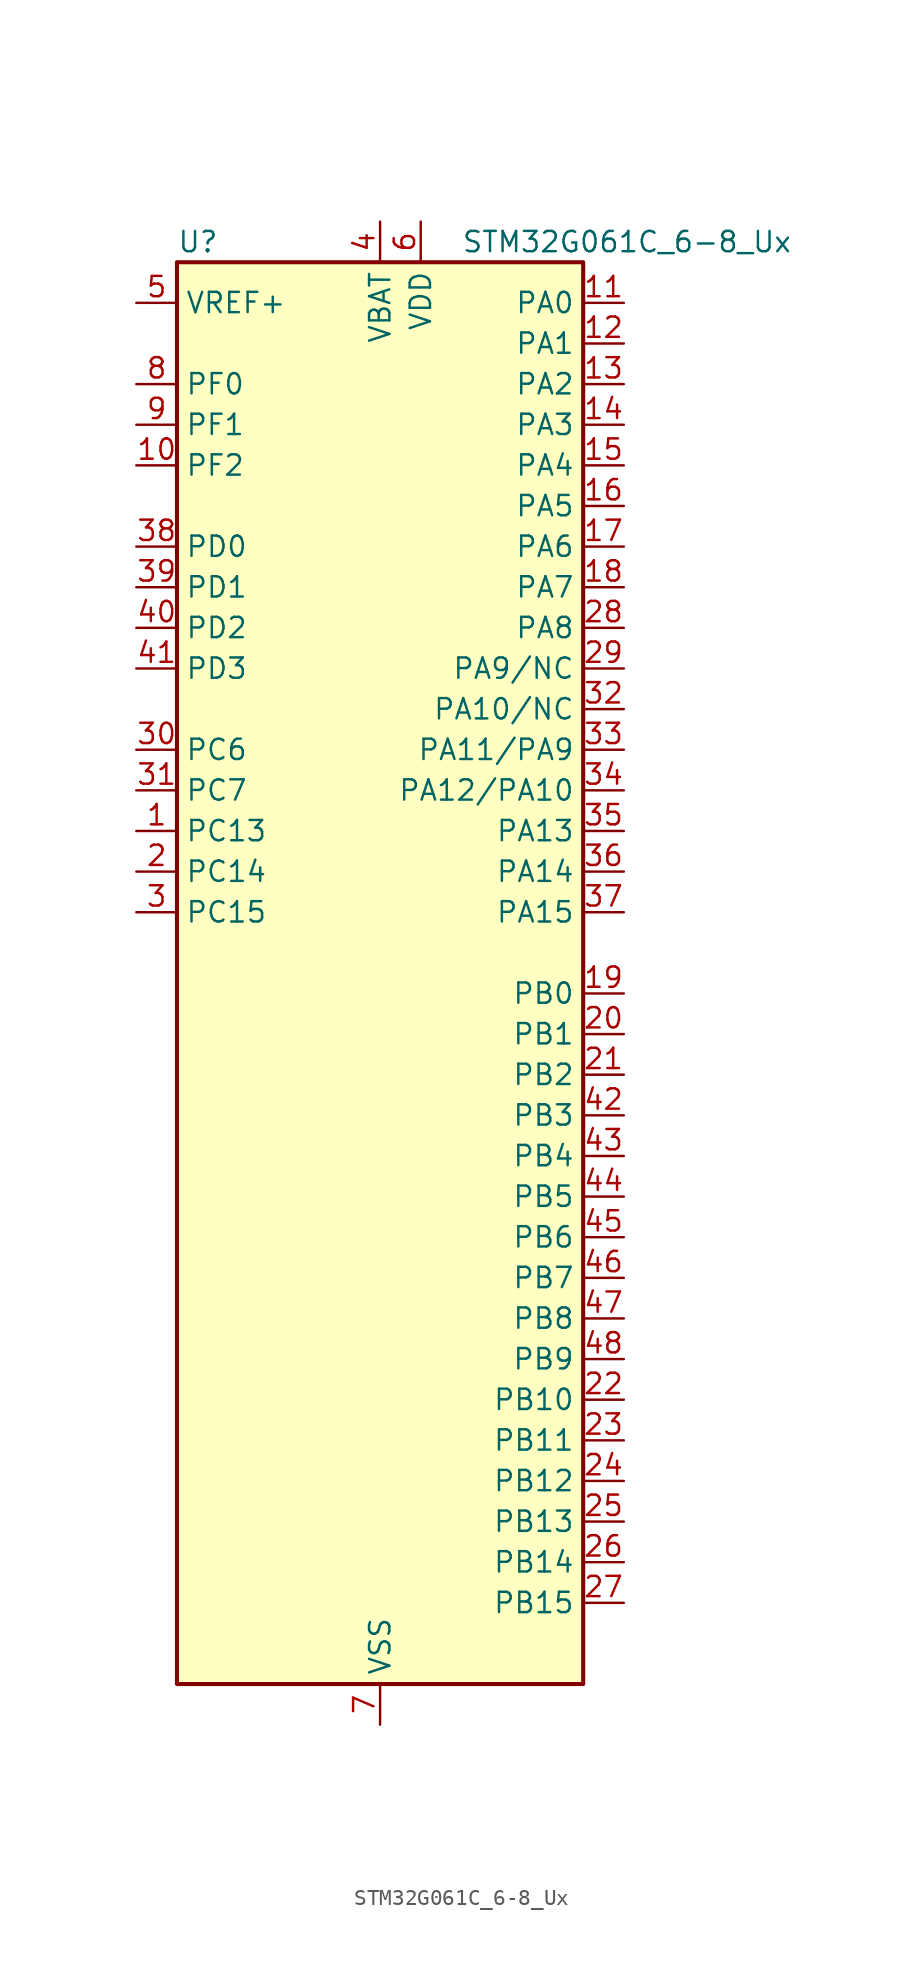
<source format=kicad_sym>
(kicad_symbol_lib
  (version 20220914)
  (generator kicad_symbol_editor)
  (symbol "STM32G061C_6-8_Ux"
    (property "Reference" "U"
      (at -12.7 46.99 0)
      (effects (font (size 1.27 1.27)) (justify left)))
    (property "Value" "STM32G061C_6-8_Ux"
      (at 5.08 46.99 0)
      (effects (font (size 1.27 1.27)) (justify left)))
    (property "ki_locked" ""
      (at 0 0 0)
      (effects (font (size 1.27 1.27))))
    (symbol "STM32G061C_6-8_Ux_0_1"
      (rectangle (start -12.7 -43.18) (end 12.7 45.72) (stroke (width 0.254) (type default)) (fill (type background))))
    (symbol "STM32G061C_6-8_Ux_1_1"
      (pin bidirectional line (at -15.24 10.16 0) (length 2.54) (name "PC13" (effects (font (size 1.27 1.27)))) (number "1" (effects (font (size 1.27 1.27)))) (alternate "RTC_OUT1" bidirectional line) (alternate "RTC_TAMP_IN1" bidirectional line) (alternate "RTC_TS" bidirectional line) (alternate "SYS_WKUP2" bidirectional line) (alternate "TIM1_BK" bidirectional line))
      (pin bidirectional line (at -15.24 33.02 0) (length 2.54) (name "PF2" (effects (font (size 1.27 1.27)))) (number "10" (effects (font (size 1.27 1.27)))) (alternate "RCC_MCO" bidirectional line))
      (pin bidirectional line (at 15.24 43.18 180) (length 2.54) (name "PA0" (effects (font (size 1.27 1.27)))) (number "11" (effects (font (size 1.27 1.27)))) (alternate "ADC1_IN0" bidirectional line) (alternate "COMP1_INM" bidirectional line) (alternate "COMP1_OUT" bidirectional line) (alternate "LPTIM1_OUT" bidirectional line) (alternate "RTC_TAMP_IN2" bidirectional line) (alternate "SPI2_SCK" bidirectional line) (alternate "SYS_WKUP1" bidirectional line) (alternate "TIM2_CH1" bidirectional line) (alternate "TIM2_ETR" bidirectional line) (alternate "USART2_CTS" bidirectional line) (alternate "USART2_NSS" bidirectional line))
      (pin bidirectional line (at 15.24 40.64 180) (length 2.54) (name "PA1" (effects (font (size 1.27 1.27)))) (number "12" (effects (font (size 1.27 1.27)))) (alternate "ADC1_IN1" bidirectional line) (alternate "COMP1_INP" bidirectional line) (alternate "I2C1_SMBA" bidirectional line) (alternate "I2S1_CK" bidirectional line) (alternate "SPI1_SCK" bidirectional line) (alternate "TIM15_CH1N" bidirectional line) (alternate "TIM2_CH2" bidirectional line) (alternate "USART2_CK" bidirectional line) (alternate "USART2_DE" bidirectional line) (alternate "USART2_RTS" bidirectional line))
      (pin bidirectional line (at 15.24 38.1 180) (length 2.54) (name "PA2" (effects (font (size 1.27 1.27)))) (number "13" (effects (font (size 1.27 1.27)))) (alternate "ADC1_IN2" bidirectional line) (alternate "COMP2_INM" bidirectional line) (alternate "COMP2_OUT" bidirectional line) (alternate "I2S1_SD" bidirectional line) (alternate "LPUART1_TX" bidirectional line) (alternate "RCC_LSCO" bidirectional line) (alternate "SPI1_MOSI" bidirectional line) (alternate "SYS_WKUP4" bidirectional line) (alternate "TIM15_CH1" bidirectional line) (alternate "TIM2_CH3" bidirectional line) (alternate "USART2_TX" bidirectional line))
      (pin bidirectional line (at 15.24 35.56 180) (length 2.54) (name "PA3" (effects (font (size 1.27 1.27)))) (number "14" (effects (font (size 1.27 1.27)))) (alternate "ADC1_IN3" bidirectional line) (alternate "COMP2_INP" bidirectional line) (alternate "LPUART1_RX" bidirectional line) (alternate "SPI2_MISO" bidirectional line) (alternate "TIM15_CH2" bidirectional line) (alternate "TIM2_CH4" bidirectional line) (alternate "USART2_RX" bidirectional line))
      (pin bidirectional line (at 15.24 33.02 180) (length 2.54) (name "PA4" (effects (font (size 1.27 1.27)))) (number "15" (effects (font (size 1.27 1.27)))) (alternate "ADC1_IN4" bidirectional line) (alternate "DAC1_OUT1" bidirectional line) (alternate "I2S1_WS" bidirectional line) (alternate "LPTIM2_OUT" bidirectional line) (alternate "RTC_OUT2" bidirectional line) (alternate "SPI1_NSS" bidirectional line) (alternate "SPI2_MOSI" bidirectional line) (alternate "TIM14_CH1" bidirectional line))
      (pin bidirectional line (at 15.24 30.48 180) (length 2.54) (name "PA5" (effects (font (size 1.27 1.27)))) (number "16" (effects (font (size 1.27 1.27)))) (alternate "ADC1_IN5" bidirectional line) (alternate "DAC1_OUT2" bidirectional line) (alternate "I2S1_CK" bidirectional line) (alternate "LPTIM2_ETR" bidirectional line) (alternate "SPI1_SCK" bidirectional line) (alternate "TIM2_CH1" bidirectional line) (alternate "TIM2_ETR" bidirectional line))
      (pin bidirectional line (at 15.24 27.94 180) (length 2.54) (name "PA6" (effects (font (size 1.27 1.27)))) (number "17" (effects (font (size 1.27 1.27)))) (alternate "ADC1_IN6" bidirectional line) (alternate "COMP1_OUT" bidirectional line) (alternate "I2S1_MCK" bidirectional line) (alternate "LPUART1_CTS" bidirectional line) (alternate "SPI1_MISO" bidirectional line) (alternate "TIM16_CH1" bidirectional line) (alternate "TIM1_BK" bidirectional line) (alternate "TIM3_CH1" bidirectional line))
      (pin bidirectional line (at 15.24 25.4 180) (length 2.54) (name "PA7" (effects (font (size 1.27 1.27)))) (number "18" (effects (font (size 1.27 1.27)))) (alternate "ADC1_IN7" bidirectional line) (alternate "COMP2_OUT" bidirectional line) (alternate "I2S1_SD" bidirectional line) (alternate "SPI1_MOSI" bidirectional line) (alternate "TIM14_CH1" bidirectional line) (alternate "TIM17_CH1" bidirectional line) (alternate "TIM1_CH1N" bidirectional line) (alternate "TIM3_CH2" bidirectional line))
      (pin bidirectional line (at 15.24 0 180) (length 2.54) (name "PB0" (effects (font (size 1.27 1.27)))) (number "19" (effects (font (size 1.27 1.27)))) (alternate "ADC1_IN8" bidirectional line) (alternate "COMP1_OUT" bidirectional line) (alternate "I2S1_WS" bidirectional line) (alternate "LPTIM1_OUT" bidirectional line) (alternate "SPI1_NSS" bidirectional line) (alternate "TIM1_CH2N" bidirectional line) (alternate "TIM3_CH3" bidirectional line))
      (pin bidirectional line (at -15.24 7.62 0) (length 2.54) (name "PC14" (effects (font (size 1.27 1.27)))) (number "2" (effects (font (size 1.27 1.27)))) (alternate "RCC_OSC32_IN" bidirectional line) (alternate "TIM1_BK2" bidirectional line))
      (pin bidirectional line (at 15.24 -2.54 180) (length 2.54) (name "PB1" (effects (font (size 1.27 1.27)))) (number "20" (effects (font (size 1.27 1.27)))) (alternate "ADC1_IN9" bidirectional line) (alternate "COMP1_INM" bidirectional line) (alternate "LPTIM2_IN1" bidirectional line) (alternate "LPUART1_DE" bidirectional line) (alternate "LPUART1_RTS" bidirectional line) (alternate "TIM14_CH1" bidirectional line) (alternate "TIM1_CH3N" bidirectional line) (alternate "TIM3_CH4" bidirectional line))
      (pin bidirectional line (at 15.24 -5.08 180) (length 2.54) (name "PB2" (effects (font (size 1.27 1.27)))) (number "21" (effects (font (size 1.27 1.27)))) (alternate "ADC1_IN10" bidirectional line) (alternate "COMP1_INP" bidirectional line) (alternate "LPTIM1_OUT" bidirectional line) (alternate "SPI2_MISO" bidirectional line))
      (pin bidirectional line (at 15.24 -25.4 180) (length 2.54) (name "PB10" (effects (font (size 1.27 1.27)))) (number "22" (effects (font (size 1.27 1.27)))) (alternate "ADC1_IN11" bidirectional line) (alternate "COMP1_OUT" bidirectional line) (alternate "I2C2_SCL" bidirectional line) (alternate "LPUART1_RX" bidirectional line) (alternate "SPI2_SCK" bidirectional line) (alternate "TIM2_CH3" bidirectional line))
      (pin bidirectional line (at 15.24 -27.94 180) (length 2.54) (name "PB11" (effects (font (size 1.27 1.27)))) (number "23" (effects (font (size 1.27 1.27)))) (alternate "ADC1_EXTI11" bidirectional line) (alternate "ADC1_IN15" bidirectional line) (alternate "COMP2_OUT" bidirectional line) (alternate "I2C2_SDA" bidirectional line) (alternate "LPUART1_TX" bidirectional line) (alternate "SPI2_MOSI" bidirectional line) (alternate "TIM2_CH4" bidirectional line))
      (pin bidirectional line (at 15.24 -30.48 180) (length 2.54) (name "PB12" (effects (font (size 1.27 1.27)))) (number "24" (effects (font (size 1.27 1.27)))) (alternate "ADC1_IN16" bidirectional line) (alternate "LPUART1_DE" bidirectional line) (alternate "LPUART1_RTS" bidirectional line) (alternate "SPI2_NSS" bidirectional line) (alternate "TIM15_BK" bidirectional line) (alternate "TIM1_BK" bidirectional line))
      (pin bidirectional line (at 15.24 -33.02 180) (length 2.54) (name "PB13" (effects (font (size 1.27 1.27)))) (number "25" (effects (font (size 1.27 1.27)))) (alternate "I2C2_SCL" bidirectional line) (alternate "LPUART1_CTS" bidirectional line) (alternate "SPI2_SCK" bidirectional line) (alternate "TIM15_CH1N" bidirectional line) (alternate "TIM1_CH1N" bidirectional line))
      (pin bidirectional line (at 15.24 -35.56 180) (length 2.54) (name "PB14" (effects (font (size 1.27 1.27)))) (number "26" (effects (font (size 1.27 1.27)))) (alternate "I2C2_SDA" bidirectional line) (alternate "SPI2_MISO" bidirectional line) (alternate "TIM15_CH1" bidirectional line) (alternate "TIM1_CH2N" bidirectional line))
      (pin bidirectional line (at 15.24 -38.1 180) (length 2.54) (name "PB15" (effects (font (size 1.27 1.27)))) (number "27" (effects (font (size 1.27 1.27)))) (alternate "RTC_REFIN" bidirectional line) (alternate "SPI2_MOSI" bidirectional line) (alternate "TIM15_CH1N" bidirectional line) (alternate "TIM15_CH2" bidirectional line) (alternate "TIM1_CH3N" bidirectional line))
      (pin bidirectional line (at 15.24 22.86 180) (length 2.54) (name "PA8" (effects (font (size 1.27 1.27)))) (number "28" (effects (font (size 1.27 1.27)))) (alternate "LPTIM2_OUT" bidirectional line) (alternate "RCC_MCO" bidirectional line) (alternate "SPI2_NSS" bidirectional line) (alternate "TIM1_CH1" bidirectional line))
      (pin bidirectional line (at 15.24 20.32 180) (length 2.54) (name "PA9/NC" (effects (font (size 1.27 1.27)))) (number "29" (effects (font (size 1.27 1.27)))) (alternate "DAC1_EXTI9" bidirectional line) (alternate "I2C1_SCL" bidirectional line) (alternate "RCC_MCO" bidirectional line) (alternate "SPI2_MISO" bidirectional line) (alternate "TIM15_BK" bidirectional line) (alternate "TIM1_CH2" bidirectional line) (alternate "USART1_TX" bidirectional line))
      (pin bidirectional line (at -15.24 5.08 0) (length 2.54) (name "PC15" (effects (font (size 1.27 1.27)))) (number "3" (effects (font (size 1.27 1.27)))) (alternate "RCC_OSC32_EN" bidirectional line) (alternate "RCC_OSC32_OUT" bidirectional line) (alternate "RCC_OSC_EN" bidirectional line) (alternate "TIM15_BK" bidirectional line))
      (pin bidirectional line (at -15.24 15.24 0) (length 2.54) (name "PC6" (effects (font (size 1.27 1.27)))) (number "30" (effects (font (size 1.27 1.27)))) (alternate "TIM2_CH3" bidirectional line) (alternate "TIM3_CH1" bidirectional line))
      (pin bidirectional line (at -15.24 12.7 0) (length 2.54) (name "PC7" (effects (font (size 1.27 1.27)))) (number "31" (effects (font (size 1.27 1.27)))) (alternate "TIM2_CH4" bidirectional line) (alternate "TIM3_CH2" bidirectional line))
      (pin bidirectional line (at 15.24 17.78 180) (length 2.54) (name "PA10/NC" (effects (font (size 1.27 1.27)))) (number "32" (effects (font (size 1.27 1.27)))) (alternate "I2C1_SDA" bidirectional line) (alternate "SPI2_MOSI" bidirectional line) (alternate "TIM17_BK" bidirectional line) (alternate "TIM1_CH3" bidirectional line) (alternate "USART1_RX" bidirectional line))
      (pin bidirectional line (at 15.24 15.24 180) (length 2.54) (name "PA11/PA9" (effects (font (size 1.27 1.27)))) (number "33" (effects (font (size 1.27 1.27)))) (alternate "ADC1_EXTI11" bidirectional line) (alternate "COMP1_OUT" bidirectional line) (alternate "I2C2_SCL" bidirectional line) (alternate "I2S1_MCK" bidirectional line) (alternate "SPI1_MISO" bidirectional line) (alternate "TIM1_BK2" bidirectional line) (alternate "TIM1_CH4" bidirectional line) (alternate "USART1_CTS" bidirectional line) (alternate "USART1_NSS" bidirectional line))
      (pin bidirectional line (at 15.24 12.7 180) (length 2.54) (name "PA12/PA10" (effects (font (size 1.27 1.27)))) (number "34" (effects (font (size 1.27 1.27)))) (alternate "COMP2_OUT" bidirectional line) (alternate "I2C2_SDA" bidirectional line) (alternate "I2S1_SD" bidirectional line) (alternate "I2S_CKIN" bidirectional line) (alternate "SPI1_MOSI" bidirectional line) (alternate "TIM1_ETR" bidirectional line) (alternate "USART1_CK" bidirectional line) (alternate "USART1_DE" bidirectional line) (alternate "USART1_RTS" bidirectional line))
      (pin bidirectional line (at 15.24 10.16 180) (length 2.54) (name "PA13" (effects (font (size 1.27 1.27)))) (number "35" (effects (font (size 1.27 1.27)))) (alternate "ADC1_IN17" bidirectional line) (alternate "IR_OUT" bidirectional line) (alternate "SYS_SWDIO" bidirectional line))
      (pin bidirectional line (at 15.24 7.62 180) (length 2.54) (name "PA14" (effects (font (size 1.27 1.27)))) (number "36" (effects (font (size 1.27 1.27)))) (alternate "ADC1_IN18" bidirectional line) (alternate "SYS_SWCLK" bidirectional line) (alternate "USART2_TX" bidirectional line))
      (pin bidirectional line (at 15.24 5.08 180) (length 2.54) (name "PA15" (effects (font (size 1.27 1.27)))) (number "37" (effects (font (size 1.27 1.27)))) (alternate "I2S1_WS" bidirectional line) (alternate "SPI1_NSS" bidirectional line) (alternate "TIM2_CH1" bidirectional line) (alternate "TIM2_ETR" bidirectional line) (alternate "USART2_RX" bidirectional line))
      (pin bidirectional line (at -15.24 27.94 0) (length 2.54) (name "PD0" (effects (font (size 1.27 1.27)))) (number "38" (effects (font (size 1.27 1.27)))) (alternate "SPI2_NSS" bidirectional line) (alternate "TIM16_CH1" bidirectional line))
      (pin bidirectional line (at -15.24 25.4 0) (length 2.54) (name "PD1" (effects (font (size 1.27 1.27)))) (number "39" (effects (font (size 1.27 1.27)))) (alternate "SPI2_SCK" bidirectional line) (alternate "TIM17_CH1" bidirectional line))
      (pin power_in line (at 0 48.26 270) (length 2.54) (name "VBAT" (effects (font (size 1.27 1.27)))) (number "4" (effects (font (size 1.27 1.27)))))
      (pin bidirectional line (at -15.24 22.86 0) (length 2.54) (name "PD2" (effects (font (size 1.27 1.27)))) (number "40" (effects (font (size 1.27 1.27)))) (alternate "TIM1_CH1N" bidirectional line) (alternate "TIM3_ETR" bidirectional line))
      (pin bidirectional line (at -15.24 20.32 0) (length 2.54) (name "PD3" (effects (font (size 1.27 1.27)))) (number "41" (effects (font (size 1.27 1.27)))) (alternate "SPI2_MISO" bidirectional line) (alternate "TIM1_CH2N" bidirectional line) (alternate "USART2_CTS" bidirectional line) (alternate "USART2_NSS" bidirectional line))
      (pin bidirectional line (at 15.24 -7.62 180) (length 2.54) (name "PB3" (effects (font (size 1.27 1.27)))) (number "42" (effects (font (size 1.27 1.27)))) (alternate "COMP2_INM" bidirectional line) (alternate "I2S1_CK" bidirectional line) (alternate "SPI1_SCK" bidirectional line) (alternate "TIM1_CH2" bidirectional line) (alternate "TIM2_CH2" bidirectional line) (alternate "USART1_CK" bidirectional line) (alternate "USART1_DE" bidirectional line) (alternate "USART1_RTS" bidirectional line))
      (pin bidirectional line (at 15.24 -10.16 180) (length 2.54) (name "PB4" (effects (font (size 1.27 1.27)))) (number "43" (effects (font (size 1.27 1.27)))) (alternate "COMP2_INP" bidirectional line) (alternate "I2S1_MCK" bidirectional line) (alternate "SPI1_MISO" bidirectional line) (alternate "TIM17_BK" bidirectional line) (alternate "TIM3_CH1" bidirectional line) (alternate "USART1_CTS" bidirectional line) (alternate "USART1_NSS" bidirectional line))
      (pin bidirectional line (at 15.24 -12.7 180) (length 2.54) (name "PB5" (effects (font (size 1.27 1.27)))) (number "44" (effects (font (size 1.27 1.27)))) (alternate "COMP2_OUT" bidirectional line) (alternate "I2C1_SMBA" bidirectional line) (alternate "I2S1_SD" bidirectional line) (alternate "LPTIM1_IN1" bidirectional line) (alternate "SPI1_MOSI" bidirectional line) (alternate "SYS_WKUP6" bidirectional line) (alternate "TIM16_BK" bidirectional line) (alternate "TIM3_CH2" bidirectional line))
      (pin bidirectional line (at 15.24 -15.24 180) (length 2.54) (name "PB6" (effects (font (size 1.27 1.27)))) (number "45" (effects (font (size 1.27 1.27)))) (alternate "COMP2_INP" bidirectional line) (alternate "I2C1_SCL" bidirectional line) (alternate "LPTIM1_ETR" bidirectional line) (alternate "SPI2_MISO" bidirectional line) (alternate "TIM16_CH1N" bidirectional line) (alternate "TIM1_CH3" bidirectional line) (alternate "USART1_TX" bidirectional line))
      (pin bidirectional line (at 15.24 -17.78 180) (length 2.54) (name "PB7" (effects (font (size 1.27 1.27)))) (number "46" (effects (font (size 1.27 1.27)))) (alternate "COMP2_INM" bidirectional line) (alternate "I2C1_SDA" bidirectional line) (alternate "LPTIM1_IN2" bidirectional line) (alternate "SPI2_MOSI" bidirectional line) (alternate "SYS_PVD_IN" bidirectional line) (alternate "TIM17_CH1N" bidirectional line) (alternate "USART1_RX" bidirectional line))
      (pin bidirectional line (at 15.24 -20.32 180) (length 2.54) (name "PB8" (effects (font (size 1.27 1.27)))) (number "47" (effects (font (size 1.27 1.27)))) (alternate "I2C1_SCL" bidirectional line) (alternate "SPI2_SCK" bidirectional line) (alternate "TIM15_BK" bidirectional line) (alternate "TIM16_CH1" bidirectional line))
      (pin bidirectional line (at 15.24 -22.86 180) (length 2.54) (name "PB9" (effects (font (size 1.27 1.27)))) (number "48" (effects (font (size 1.27 1.27)))) (alternate "DAC1_EXTI9" bidirectional line) (alternate "I2C1_SDA" bidirectional line) (alternate "IR_OUT" bidirectional line) (alternate "SPI2_NSS" bidirectional line) (alternate "TIM17_CH1" bidirectional line))
      (pin passive line (at 0 -45.72 90) (length 2.54) hide (name "VSS" (effects (font (size 1.27 1.27)))) (number "49" (effects (font (size 1.27 1.27)))))
      (pin input line (at -15.24 43.18 0) (length 2.54) (name "VREF+" (effects (font (size 1.27 1.27)))) (number "5" (effects (font (size 1.27 1.27)))) (alternate "VREFBUF_OUT" bidirectional line))
      (pin power_in line (at 2.54 48.26 270) (length 2.54) (name "VDD" (effects (font (size 1.27 1.27)))) (number "6" (effects (font (size 1.27 1.27)))))
      (pin power_in line (at 0 -45.72 90) (length 2.54) (name "VSS" (effects (font (size 1.27 1.27)))) (number "7" (effects (font (size 1.27 1.27)))))
      (pin bidirectional line (at -15.24 38.1 0) (length 2.54) (name "PF0" (effects (font (size 1.27 1.27)))) (number "8" (effects (font (size 1.27 1.27)))) (alternate "RCC_OSC_IN" bidirectional line) (alternate "TIM14_CH1" bidirectional line))
      (pin bidirectional line (at -15.24 35.56 0) (length 2.54) (name "PF1" (effects (font (size 1.27 1.27)))) (number "9" (effects (font (size 1.27 1.27)))) (alternate "RCC_OSC_EN" bidirectional line) (alternate "RCC_OSC_OUT" bidirectional line) (alternate "TIM15_CH1N" bidirectional line)))))
</source>
